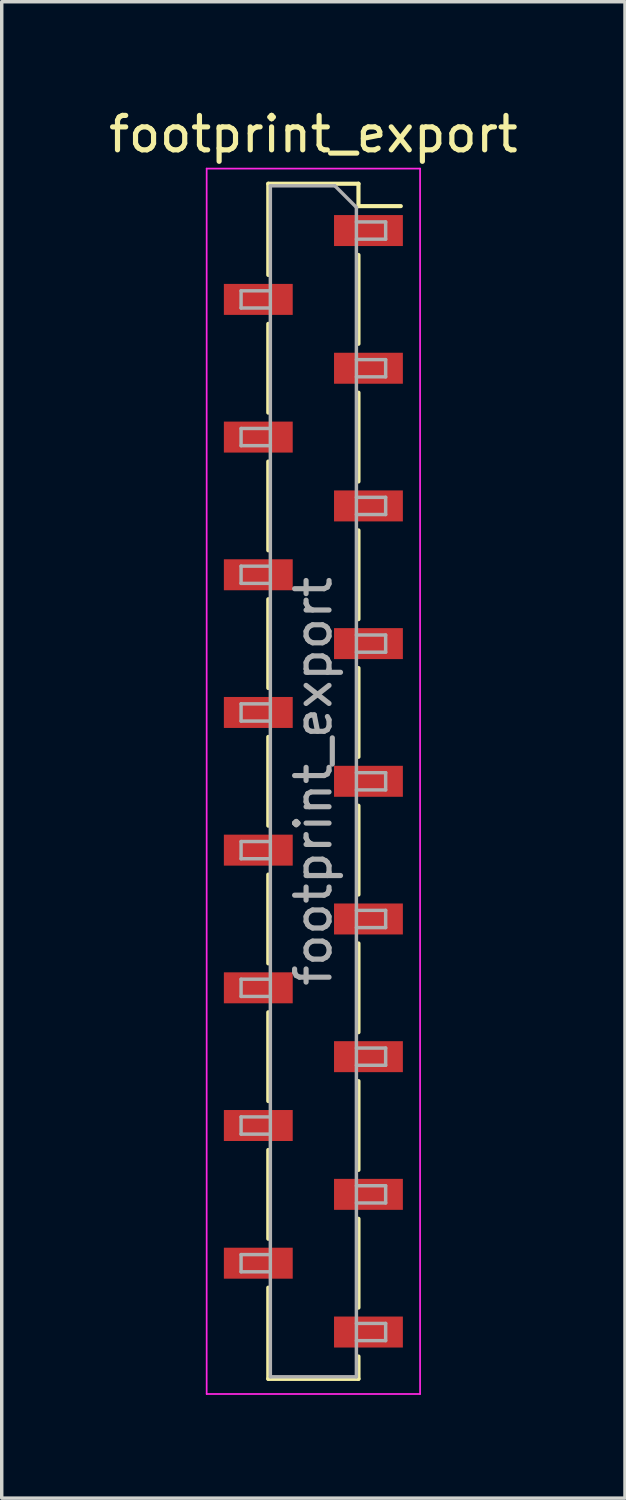
<source format=kicad_pcb>
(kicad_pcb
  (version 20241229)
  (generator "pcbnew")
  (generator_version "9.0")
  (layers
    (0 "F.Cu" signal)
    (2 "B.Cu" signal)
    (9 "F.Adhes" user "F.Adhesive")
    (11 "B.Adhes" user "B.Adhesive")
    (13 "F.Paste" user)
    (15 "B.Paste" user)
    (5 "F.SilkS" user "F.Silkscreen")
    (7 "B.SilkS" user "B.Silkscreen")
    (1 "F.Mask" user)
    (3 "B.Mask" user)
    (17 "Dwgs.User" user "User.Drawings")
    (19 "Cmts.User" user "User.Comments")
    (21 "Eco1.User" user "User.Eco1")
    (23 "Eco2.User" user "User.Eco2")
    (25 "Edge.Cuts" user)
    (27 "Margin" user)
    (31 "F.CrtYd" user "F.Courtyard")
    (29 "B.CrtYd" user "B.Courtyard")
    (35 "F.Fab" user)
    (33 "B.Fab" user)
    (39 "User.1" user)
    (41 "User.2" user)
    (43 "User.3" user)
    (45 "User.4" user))
  (footprint "footprint_export"
    (layer "F.Cu")
    (at 6.054 19.648)
    (property "Reference" "footprint_export" (at 0 -18.8 0) (layer "F.SilkS") (effects (font (size 1 1) (thickness 0.15))))
    (attr smd)
    (fp_line (start -1.31 -17.36) (end -1.31 -14.71) (stroke (width 0.12) (type solid)) (layer "F.SilkS"))
    (fp_line (start -1.31 -17.36) (end 1.31 -17.36) (stroke (width 0.12) (type solid)) (layer "F.SilkS"))
    (fp_line (start -1.31 -13.29) (end -1.31 -10.71) (stroke (width 0.12) (type solid)) (layer "F.SilkS"))
    (fp_line (start -1.31 -9.29) (end -1.31 -6.71) (stroke (width 0.12) (type solid)) (layer "F.SilkS"))
    (fp_line (start -1.31 -5.29) (end -1.31 -2.71) (stroke (width 0.12) (type solid)) (layer "F.SilkS"))
    (fp_line (start -1.31 -1.29) (end -1.31 1.29) (stroke (width 0.12) (type solid)) (layer "F.SilkS"))
    (fp_line (start -1.31 2.71) (end -1.31 5.29) (stroke (width 0.12) (type solid)) (layer "F.SilkS"))
    (fp_line (start -1.31 6.71) (end -1.31 9.29) (stroke (width 0.12) (type solid)) (layer "F.SilkS"))
    (fp_line (start -1.31 10.71) (end -1.31 13.29) (stroke (width 0.12) (type solid)) (layer "F.SilkS"))
    (fp_line (start -1.31 14.71) (end -1.31 17.36) (stroke (width 0.12) (type solid)) (layer "F.SilkS"))
    (fp_line (start -1.31 17.36) (end 1.31 17.36) (stroke (width 0.12) (type solid)) (layer "F.SilkS"))
    (fp_line (start 1.31 -17.36) (end 1.31 -16.71) (stroke (width 0.12) (type solid)) (layer "F.SilkS"))
    (fp_line (start 1.31 -16.71) (end 2.54 -16.71) (stroke (width 0.12) (type solid)) (layer "F.SilkS"))
    (fp_line (start 1.31 -15.29) (end 1.31 -12.71) (stroke (width 0.12) (type solid)) (layer "F.SilkS"))
    (fp_line (start 1.31 -11.29) (end 1.31 -8.71) (stroke (width 0.12) (type solid)) (layer "F.SilkS"))
    (fp_line (start 1.31 -7.29) (end 1.31 -4.71) (stroke (width 0.12) (type solid)) (layer "F.SilkS"))
    (fp_line (start 1.31 -3.29) (end 1.31 -0.71) (stroke (width 0.12) (type solid)) (layer "F.SilkS"))
    (fp_line (start 1.31 0.71) (end 1.31 3.29) (stroke (width 0.12) (type solid)) (layer "F.SilkS"))
    (fp_line (start 1.31 4.71) (end 1.31 7.29) (stroke (width 0.12) (type solid)) (layer "F.SilkS"))
    (fp_line (start 1.31 8.71) (end 1.31 11.29) (stroke (width 0.12) (type solid)) (layer "F.SilkS"))
    (fp_line (start 1.31 12.71) (end 1.31 15.29) (stroke (width 0.12) (type solid)) (layer "F.SilkS"))
    (fp_line (start 1.31 16.71) (end 1.31 17.36) (stroke (width 0.12) (type solid)) (layer "F.SilkS"))
    (fp_line (start -3.1 -17.8) (end 3.1 -17.8) (stroke (width 0.05) (type solid)) (layer "F.CrtYd"))
    (fp_line (start -3.1 17.8) (end -3.1 -17.8) (stroke (width 0.05) (type solid)) (layer "F.CrtYd"))
    (fp_line (start 3.1 -17.8) (end 3.1 17.8) (stroke (width 0.05) (type solid)) (layer "F.CrtYd"))
    (fp_line (start 3.1 17.8) (end -3.1 17.8) (stroke (width 0.05) (type solid)) (layer "F.CrtYd"))
    (fp_line (start -2.1 -14.25) (end -1.25 -14.25) (stroke (width 0.1) (type solid)) (layer "F.Fab"))
    (fp_line (start -2.1 -13.75) (end -2.1 -14.25) (stroke (width 0.1) (type solid)) (layer "F.Fab"))
    (fp_line (start -2.1 -10.25) (end -1.25 -10.25) (stroke (width 0.1) (type solid)) (layer "F.Fab"))
    (fp_line (start -2.1 -9.75) (end -2.1 -10.25) (stroke (width 0.1) (type solid)) (layer "F.Fab"))
    (fp_line (start -2.1 -6.25) (end -1.25 -6.25) (stroke (width 0.1) (type solid)) (layer "F.Fab"))
    (fp_line (start -2.1 -5.75) (end -2.1 -6.25) (stroke (width 0.1) (type solid)) (layer "F.Fab"))
    (fp_line (start -2.1 -2.25) (end -1.25 -2.25) (stroke (width 0.1) (type solid)) (layer "F.Fab"))
    (fp_line (start -2.1 -1.75) (end -2.1 -2.25) (stroke (width 0.1) (type solid)) (layer "F.Fab"))
    (fp_line (start -2.1 1.75) (end -1.25 1.75) (stroke (width 0.1) (type solid)) (layer "F.Fab"))
    (fp_line (start -2.1 2.25) (end -2.1 1.75) (stroke (width 0.1) (type solid)) (layer "F.Fab"))
    (fp_line (start -2.1 5.75) (end -1.25 5.75) (stroke (width 0.1) (type solid)) (layer "F.Fab"))
    (fp_line (start -2.1 6.25) (end -2.1 5.75) (stroke (width 0.1) (type solid)) (layer "F.Fab"))
    (fp_line (start -2.1 9.75) (end -1.25 9.75) (stroke (width 0.1) (type solid)) (layer "F.Fab"))
    (fp_line (start -2.1 10.25) (end -2.1 9.75) (stroke (width 0.1) (type solid)) (layer "F.Fab"))
    (fp_line (start -2.1 13.75) (end -1.25 13.75) (stroke (width 0.1) (type solid)) (layer "F.Fab"))
    (fp_line (start -2.1 14.25) (end -2.1 13.75) (stroke (width 0.1) (type solid)) (layer "F.Fab"))
    (fp_line (start -1.25 -17.3) (end 0.625 -17.3) (stroke (width 0.1) (type solid)) (layer "F.Fab"))
    (fp_line (start -1.25 -13.75) (end -2.1 -13.75) (stroke (width 0.1) (type solid)) (layer "F.Fab"))
    (fp_line (start -1.25 -9.75) (end -2.1 -9.75) (stroke (width 0.1) (type solid)) (layer "F.Fab"))
    (fp_line (start -1.25 -5.75) (end -2.1 -5.75) (stroke (width 0.1) (type solid)) (layer "F.Fab"))
    (fp_line (start -1.25 -1.75) (end -2.1 -1.75) (stroke (width 0.1) (type solid)) (layer "F.Fab"))
    (fp_line (start -1.25 2.25) (end -2.1 2.25) (stroke (width 0.1) (type solid)) (layer "F.Fab"))
    (fp_line (start -1.25 6.25) (end -2.1 6.25) (stroke (width 0.1) (type solid)) (layer "F.Fab"))
    (fp_line (start -1.25 10.25) (end -2.1 10.25) (stroke (width 0.1) (type solid)) (layer "F.Fab"))
    (fp_line (start -1.25 14.25) (end -2.1 14.25) (stroke (width 0.1) (type solid)) (layer "F.Fab"))
    (fp_line (start -1.25 17.3) (end -1.25 -17.3) (stroke (width 0.1) (type solid)) (layer "F.Fab"))
    (fp_line (start 0.625 -17.3) (end 1.25 -16.675) (stroke (width 0.1) (type solid)) (layer "F.Fab"))
    (fp_line (start 1.25 -16.675) (end 1.25 17.3) (stroke (width 0.1) (type solid)) (layer "F.Fab"))
    (fp_line (start 1.25 -16.25) (end 2.1 -16.25) (stroke (width 0.1) (type solid)) (layer "F.Fab"))
    (fp_line (start 1.25 -12.25) (end 2.1 -12.25) (stroke (width 0.1) (type solid)) (layer "F.Fab"))
    (fp_line (start 1.25 -8.25) (end 2.1 -8.25) (stroke (width 0.1) (type solid)) (layer "F.Fab"))
    (fp_line (start 1.25 -4.25) (end 2.1 -4.25) (stroke (width 0.1) (type solid)) (layer "F.Fab"))
    (fp_line (start 1.25 -0.25) (end 2.1 -0.25) (stroke (width 0.1) (type solid)) (layer "F.Fab"))
    (fp_line (start 1.25 3.75) (end 2.1 3.75) (stroke (width 0.1) (type solid)) (layer "F.Fab"))
    (fp_line (start 1.25 7.75) (end 2.1 7.75) (stroke (width 0.1) (type solid)) (layer "F.Fab"))
    (fp_line (start 1.25 11.75) (end 2.1 11.75) (stroke (width 0.1) (type solid)) (layer "F.Fab"))
    (fp_line (start 1.25 15.75) (end 2.1 15.75) (stroke (width 0.1) (type solid)) (layer "F.Fab"))
    (fp_line (start 1.25 17.3) (end -1.25 17.3) (stroke (width 0.1) (type solid)) (layer "F.Fab"))
    (fp_line (start 2.1 -16.25) (end 2.1 -15.75) (stroke (width 0.1) (type solid)) (layer "F.Fab"))
    (fp_line (start 2.1 -15.75) (end 1.25 -15.75) (stroke (width 0.1) (type solid)) (layer "F.Fab"))
    (fp_line (start 2.1 -12.25) (end 2.1 -11.75) (stroke (width 0.1) (type solid)) (layer "F.Fab"))
    (fp_line (start 2.1 -11.75) (end 1.25 -11.75) (stroke (width 0.1) (type solid)) (layer "F.Fab"))
    (fp_line (start 2.1 -8.25) (end 2.1 -7.75) (stroke (width 0.1) (type solid)) (layer "F.Fab"))
    (fp_line (start 2.1 -7.75) (end 1.25 -7.75) (stroke (width 0.1) (type solid)) (layer "F.Fab"))
    (fp_line (start 2.1 -4.25) (end 2.1 -3.75) (stroke (width 0.1) (type solid)) (layer "F.Fab"))
    (fp_line (start 2.1 -3.75) (end 1.25 -3.75) (stroke (width 0.1) (type solid)) (layer "F.Fab"))
    (fp_line (start 2.1 -0.25) (end 2.1 0.25) (stroke (width 0.1) (type solid)) (layer "F.Fab"))
    (fp_line (start 2.1 0.25) (end 1.25 0.25) (stroke (width 0.1) (type solid)) (layer "F.Fab"))
    (fp_line (start 2.1 3.75) (end 2.1 4.25) (stroke (width 0.1) (type solid)) (layer "F.Fab"))
    (fp_line (start 2.1 4.25) (end 1.25 4.25) (stroke (width 0.1) (type solid)) (layer "F.Fab"))
    (fp_line (start 2.1 7.75) (end 2.1 8.25) (stroke (width 0.1) (type solid)) (layer "F.Fab"))
    (fp_line (start 2.1 8.25) (end 1.25 8.25) (stroke (width 0.1) (type solid)) (layer "F.Fab"))
    (fp_line (start 2.1 11.75) (end 2.1 12.25) (stroke (width 0.1) (type solid)) (layer "F.Fab"))
    (fp_line (start 2.1 12.25) (end 1.25 12.25) (stroke (width 0.1) (type solid)) (layer "F.Fab"))
    (fp_line (start 2.1 15.75) (end 2.1 16.25) (stroke (width 0.1) (type solid)) (layer "F.Fab"))
    (fp_line (start 2.1 16.25) (end 1.25 16.25) (stroke (width 0.1) (type solid)) (layer "F.Fab"))
    (fp_text user "${REFERENCE}" (at 0 0 90) (layer "F.Fab") (effects (font (size 1 1) (thickness 0.15))))
    (pad "1" smd rect (at 1.6 -16) (size 2 0.9) (layers "F.Cu" "F.Mask" "F.Paste"))
    (pad "2" smd rect (at -1.6 -14) (size 2 0.9) (layers "F.Cu" "F.Mask" "F.Paste"))
    (pad "3" smd rect (at 1.6 -12) (size 2 0.9) (layers "F.Cu" "F.Mask" "F.Paste"))
    (pad "4" smd rect (at -1.6 -10) (size 2 0.9) (layers "F.Cu" "F.Mask" "F.Paste"))
    (pad "5" smd rect (at 1.6 -8) (size 2 0.9) (layers "F.Cu" "F.Mask" "F.Paste"))
    (pad "6" smd rect (at -1.6 -6) (size 2 0.9) (layers "F.Cu" "F.Mask" "F.Paste"))
    (pad "7" smd rect (at 1.6 -4) (size 2 0.9) (layers "F.Cu" "F.Mask" "F.Paste"))
    (pad "8" smd rect (at -1.6 -2) (size 2 0.9) (layers "F.Cu" "F.Mask" "F.Paste"))
    (pad "9" smd rect (at 1.6 0) (size 2 0.9) (layers "F.Cu" "F.Mask" "F.Paste"))
    (pad "10" smd rect (at -1.6 2) (size 2 0.9) (layers "F.Cu" "F.Mask" "F.Paste"))
    (pad "11" smd rect (at 1.6 4) (size 2 0.9) (layers "F.Cu" "F.Mask" "F.Paste"))
    (pad "12" smd rect (at -1.6 6) (size 2 0.9) (layers "F.Cu" "F.Mask" "F.Paste"))
    (pad "13" smd rect (at 1.6 8) (size 2 0.9) (layers "F.Cu" "F.Mask" "F.Paste"))
    (pad "14" smd rect (at -1.6 10) (size 2 0.9) (layers "F.Cu" "F.Mask" "F.Paste"))
    (pad "15" smd rect (at 1.6 12) (size 2 0.9) (layers "F.Cu" "F.Mask" "F.Paste"))
    (pad "16" smd rect (at -1.6 14) (size 2 0.9) (layers "F.Cu" "F.Mask" "F.Paste"))
    (pad "17" smd rect (at 1.6 16) (size 2 0.9) (layers "F.Cu" "F.Mask" "F.Paste")))
  (gr_rect
    (start -3 -3)
    (end 15.107 40.473)
    (stroke (width 0.1) (type default))
    (fill no)
    (layer "Edge.Cuts")))
</source>
